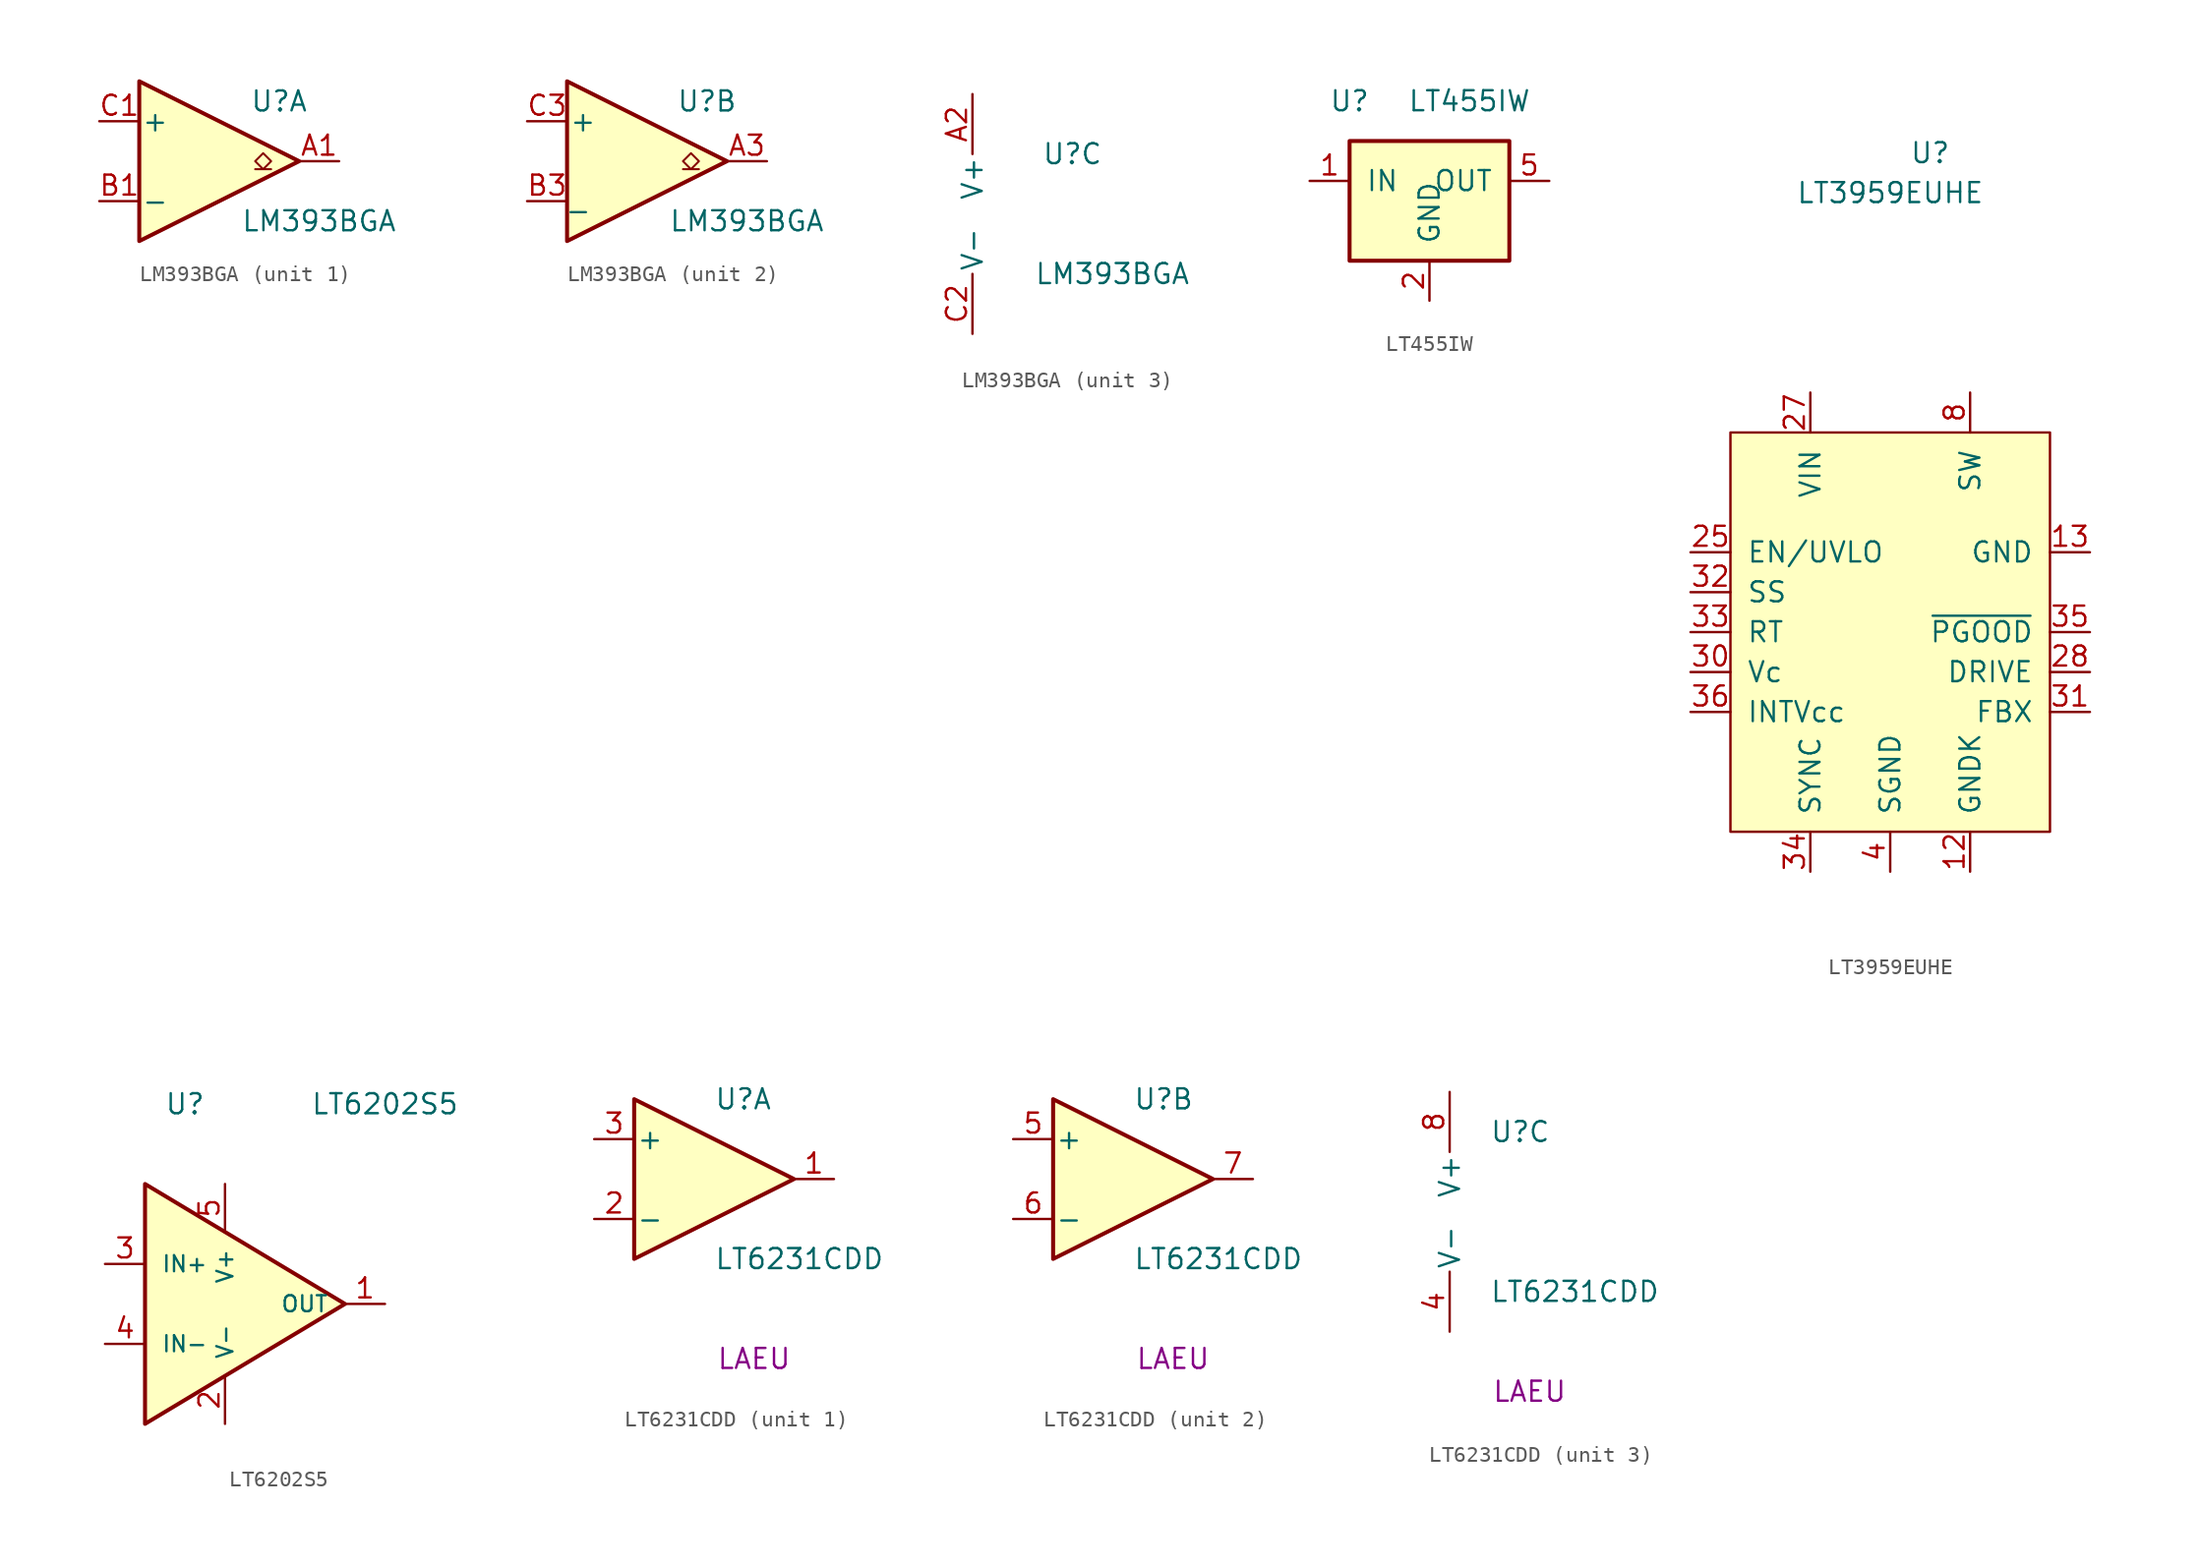
<source format=kicad_sym>
(kicad_symbol_lib
  (version 20220914)
  (generator kicad_symbol_editor)
  (symbol "LM393BGA"
    (pin_names
      (offset 0.127))
    (property "Reference" "U"
      (at 3.81 3.81 0)
      (effects (font (size 1.27 1.27))))
    (property "Value" "LM393BGA"
      (at 6.35 -3.81 0)
      (effects (font (size 1.27 1.27))))
    (property "ki_locked" ""
      (at 0 0 0)
      (effects (font (size 1.27 1.27))))
    (symbol "LM393BGA_1_1"
      (polyline (pts (xy -5.08 5.08) (xy 5.08 0) (xy -5.08 -5.08) (xy -5.08 5.08)) (stroke (width 0.254) (type default)) (fill (type background)))
      (polyline (pts (xy 3.302 -0.508) (xy 2.794 -0.508) (xy 3.302 0) (xy 2.794 0.508) (xy 2.286 0) (xy 2.794 -0.508) (xy 2.286 -0.508)) (stroke (width 0.127) (type default)) (fill (type none)))
      (pin open_collector line (at 7.62 0 180) (length 2.54) (name "~" (effects (font (size 1.27 1.27)))) (number "A1" (effects (font (size 1.27 1.27)))) (alternate "A1" open_collector line))
      (pin input line (at -7.62 -2.54 0) (length 2.54) (name "-" (effects (font (size 1.27 1.27)))) (number "B1" (effects (font (size 1.27 1.27)))))
      (pin input line (at -7.62 2.54 0) (length 2.54) (name "+" (effects (font (size 1.27 1.27)))) (number "C1" (effects (font (size 1.27 1.27))))))
    (symbol "LM393BGA_2_1"
      (polyline (pts (xy -5.08 5.08) (xy 5.08 0) (xy -5.08 -5.08) (xy -5.08 5.08)) (stroke (width 0.254) (type default)) (fill (type background)))
      (polyline (pts (xy 3.302 -0.508) (xy 2.794 -0.508) (xy 3.302 0) (xy 2.794 0.508) (xy 2.286 0) (xy 2.794 -0.508) (xy 2.286 -0.508)) (stroke (width 0.127) (type default)) (fill (type none)))
      (pin open_collector line (at 7.62 0 180) (length 2.54) (name "~" (effects (font (size 1.27 1.27)))) (number "A3" (effects (font (size 1.27 1.27)))))
      (pin input line (at -7.62 -2.54 0) (length 2.54) (name "_" (effects (font (size 1.27 1.27)))) (number "B3" (effects (font (size 1.27 1.27)))))
      (pin input line (at -7.62 2.54 0) (length 2.54) (name "+" (effects (font (size 1.27 1.27)))) (number "C3" (effects (font (size 1.27 1.27))))))
    (symbol "LM393BGA_3_1"
      (pin power_in line (at -2.54 7.62 270) (length 3.81) (name "V+" (effects (font (size 1.27 1.27)))) (number "A2" (effects (font (size 1.27 1.27)))))
      (pin power_in line (at -2.54 -7.62 90) (length 3.81) (name "V-" (effects (font (size 1.27 1.27)))) (number "C2" (effects (font (size 1.27 1.27)))))))
  (symbol "LT455IW"
    (pin_names
      (offset 1.016))
    (property "Reference" "U"
      (at -5.08 0 0)
      (effects (font (size 1.27 1.27))))
    (property "Value" "LT455IW"
      (at 2.54 0 0)
      (effects (font (size 1.27 1.27))))
    (symbol "LT455IW_1_1"
      (rectangle (start -5.08 -2.54) (end 5.08 -10.16) (stroke (width 0.254) (type default)) (fill (type background)))
      (pin passive line (at -7.62 -5.08 0) (length 2.54) (name "IN" (effects (font (size 1.27 1.27)))) (number "1" (effects (font (size 1.27 1.27)))))
      (pin passive line (at 0 -12.7 90) (length 2.54) (name "GND" (effects (font (size 1.27 1.27)))) (number "2" (effects (font (size 1.27 1.27)))))
      (pin passive line (at 0 -12.7 90) (length 2.54) hide (name "GND" (effects (font (size 1.27 1.27)))) (number "3" (effects (font (size 1.27 1.27)))))
      (pin passive line (at 0 -12.7 90) (length 2.54) hide (name "GND" (effects (font (size 1.27 1.27)))) (number "4" (effects (font (size 1.27 1.27)))))
      (pin passive line (at 7.62 -5.08 180) (length 2.54) (name "OUT" (effects (font (size 1.27 1.27)))) (number "5" (effects (font (size 1.27 1.27)))))))
  (symbol "LT3959EUHE"
    (pin_names
      (offset 1.016))
    (property "Reference" "U"
      (at 2.54 30.48 0)
      (effects (font (size 1.27 1.27))))
    (property "Value" "LT3959EUHE"
      (at 0 27.94 0)
      (effects (font (size 1.27 1.27))))
    (symbol "LT3959EUHE_0_1"
      (rectangle (start -10.16 12.7) (end 10.16 -12.7) (stroke (width 0) (type default)) (fill (type background))))
    (symbol "LT3959EUHE_1_1"
      (pin passive line (at 5.08 -15.24 90) (length 2.54) (name "GNDK" (effects (font (size 1.27 1.27)))) (number "12" (effects (font (size 1.27 1.27)))))
      (pin power_out line (at 12.7 5.08 180) (length 2.54) (name "GND" (effects (font (size 1.27 1.27)))) (number "13" (effects (font (size 1.27 1.27)))))
      (pin power_out line (at 12.7 5.08 180) (length 2.54) hide (name "GND" (effects (font (size 1.27 1.27)))) (number "14" (effects (font (size 1.27 1.27)))))
      (pin power_out line (at 12.7 5.08 180) (length 2.54) hide (name "GND" (effects (font (size 1.27 1.27)))) (number "15" (effects (font (size 1.27 1.27)))))
      (pin power_out line (at 12.7 5.08 180) (length 2.54) hide (name "GND" (effects (font (size 1.27 1.27)))) (number "16" (effects (font (size 1.27 1.27)))))
      (pin power_out line (at 12.7 5.08 180) (length 2.54) hide (name "GND" (effects (font (size 1.27 1.27)))) (number "17" (effects (font (size 1.27 1.27)))))
      (pin open_collector line (at 5.08 15.24 270) (length 2.54) hide (name "SW" (effects (font (size 1.27 1.27)))) (number "20" (effects (font (size 1.27 1.27)))))
      (pin open_collector line (at 5.08 15.24 270) (length 2.54) hide (name "SW" (effects (font (size 1.27 1.27)))) (number "21" (effects (font (size 1.27 1.27)))))
      (pin passive line (at 0 -15.24 90) (length 2.54) hide (name "SGND" (effects (font (size 1.27 1.27)))) (number "24" (effects (font (size 1.27 1.27)))))
      (pin passive line (at -12.7 5.08 0) (length 2.54) (name "EN/UVLO" (effects (font (size 1.27 1.27)))) (number "25" (effects (font (size 1.27 1.27)))))
      (pin power_in line (at -5.08 15.24 270) (length 2.54) (name "VIN" (effects (font (size 1.27 1.27)))) (number "27" (effects (font (size 1.27 1.27)))))
      (pin passive line (at 12.7 -2.54 180) (length 2.54) (name "DRIVE" (effects (font (size 1.27 1.27)))) (number "28" (effects (font (size 1.27 1.27)))))
      (pin passive line (at -12.7 -2.54 0) (length 2.54) (name "Vc" (effects (font (size 1.27 1.27)))) (number "30" (effects (font (size 1.27 1.27)))))
      (pin passive line (at 12.7 -5.08 180) (length 2.54) (name "FBX" (effects (font (size 1.27 1.27)))) (number "31" (effects (font (size 1.27 1.27)))))
      (pin passive line (at -12.7 2.54 0) (length 2.54) (name "SS" (effects (font (size 1.27 1.27)))) (number "32" (effects (font (size 1.27 1.27)))))
      (pin passive line (at -12.7 0 0) (length 2.54) (name "RT" (effects (font (size 1.27 1.27)))) (number "33" (effects (font (size 1.27 1.27)))))
      (pin passive line (at -5.08 -15.24 90) (length 2.54) (name "SYNC" (effects (font (size 1.27 1.27)))) (number "34" (effects (font (size 1.27 1.27)))))
      (pin passive line (at 12.7 0 180) (length 2.54) (name "~{PGOOD}" (effects (font (size 1.27 1.27)))) (number "35" (effects (font (size 1.27 1.27)))))
      (pin passive line (at -12.7 -5.08 0) (length 2.54) (name "INTVcc" (effects (font (size 1.27 1.27)))) (number "36" (effects (font (size 1.27 1.27)))))
      (pin passive line (at 0 -15.24 90) (length 2.54) hide (name "SGND" (effects (font (size 1.27 1.27)))) (number "37" (effects (font (size 1.27 1.27)))))
      (pin open_collector line (at 5.08 15.24 270) (length 2.54) hide (name "SW" (effects (font (size 1.27 1.27)))) (number "38" (effects (font (size 1.27 1.27)))))
      (pin passive line (at 0 -15.24 90) (length 2.54) (name "SGND" (effects (font (size 1.27 1.27)))) (number "4" (effects (font (size 1.27 1.27)))))
      (pin open_collector line (at 5.08 15.24 270) (length 2.54) (name "SW" (effects (font (size 1.27 1.27)))) (number "8" (effects (font (size 1.27 1.27)))))
      (pin open_collector line (at 5.08 15.24 270) (length 2.54) hide (name "SW" (effects (font (size 1.27 1.27)))) (number "9" (effects (font (size 1.27 1.27)))))))
  (symbol "LT6202S5"
    (pin_names
      (offset 1.016))
    (property "Reference" "U"
      (at -2.54 12.7 0)
      (effects (font (size 1.27 1.27))))
    (property "Value" "LT6202S5"
      (at 10.16 12.7 0)
      (effects (font (size 1.27 1.27))))
    (symbol "LT6202S5_0_1"
      (polyline (pts (xy -5.08 7.62) (xy -5.08 -7.62) (xy 7.62 0) (xy -5.08 7.62)) (stroke (width 0.254) (type default)) (fill (type background))))
    (symbol "LT6202S5_1_1"
      (pin output line (at 10.16 0 180) (length 2.54) (name "OUT" (effects (font (size 1.016 1.016)))) (number "1" (effects (font (size 1.27 1.27)))))
      (pin power_in line (at 0 -7.62 90) (length 3.048) (name "V-" (effects (font (size 1.016 1.016)))) (number "2" (effects (font (size 1.27 1.27)))))
      (pin input line (at -7.62 2.54 0) (length 2.54) (name "IN+" (effects (font (size 1.016 1.016)))) (number "3" (effects (font (size 1.27 1.27)))))
      (pin input line (at -7.62 -2.54 0) (length 2.54) (name "IN-" (effects (font (size 1.016 1.016)))) (number "4" (effects (font (size 1.27 1.27)))))
      (pin power_in line (at 0 7.62 270) (length 3.048) (name "V+" (effects (font (size 1.016 1.016)))) (number "5" (effects (font (size 1.27 1.27)))))))
  (symbol "LT6231CDD"
    (pin_names
      (offset 0.127))
    (property "Reference" "U"
      (at 0 5.08 0)
      (effects (font (size 1.27 1.27)) (justify left)))
    (property "Value" "LT6231CDD"
      (at 0 -5.08 0)
      (effects (font (size 1.27 1.27)) (justify left)))
    (property "Marking" "LAEU"
      (at 2.54 -11.43 0)
      (effects (font (size 1.27 1.27))))
    (property "ki_locked" ""
      (at 0 0 0)
      (effects (font (size 1.27 1.27))))
    (symbol "LT6231CDD_1_1"
      (polyline (pts (xy -5.08 5.08) (xy 5.08 0) (xy -5.08 -5.08) (xy -5.08 5.08)) (stroke (width 0.254) (type default)) (fill (type background)))
      (pin output line (at 7.62 0 180) (length 2.54) (name "~" (effects (font (size 1.27 1.27)))) (number "1" (effects (font (size 1.27 1.27)))))
      (pin input line (at -7.62 -2.54 0) (length 2.54) (name "-" (effects (font (size 1.27 1.27)))) (number "2" (effects (font (size 1.27 1.27)))))
      (pin input line (at -7.62 2.54 0) (length 2.54) (name "+" (effects (font (size 1.27 1.27)))) (number "3" (effects (font (size 1.27 1.27))))))
    (symbol "LT6231CDD_2_1"
      (polyline (pts (xy -5.08 5.08) (xy 5.08 0) (xy -5.08 -5.08) (xy -5.08 5.08)) (stroke (width 0.254) (type default)) (fill (type background)))
      (pin input line (at -7.62 2.54 0) (length 2.54) (name "+" (effects (font (size 1.27 1.27)))) (number "5" (effects (font (size 1.27 1.27)))))
      (pin input line (at -7.62 -2.54 0) (length 2.54) (name "-" (effects (font (size 1.27 1.27)))) (number "6" (effects (font (size 1.27 1.27)))))
      (pin output line (at 7.62 0 180) (length 2.54) (name "~" (effects (font (size 1.27 1.27)))) (number "7" (effects (font (size 1.27 1.27))))))
    (symbol "LT6231CDD_3_1"
      (pin power_in line (at -2.54 -7.62 90) (length 3.81) (name "V-" (effects (font (size 1.27 1.27)))) (number "4" (effects (font (size 1.27 1.27)))))
      (pin power_in line (at -2.54 7.62 270) (length 3.81) (name "V+" (effects (font (size 1.27 1.27)))) (number "8" (effects (font (size 1.27 1.27)))))
      (pin passive line (at -2.54 -7.62 90) (length 3.81) hide (name "V-" (effects (font (size 1.27 1.27)))) (number "9" (effects (font (size 1.27 1.27))))))))
</source>
